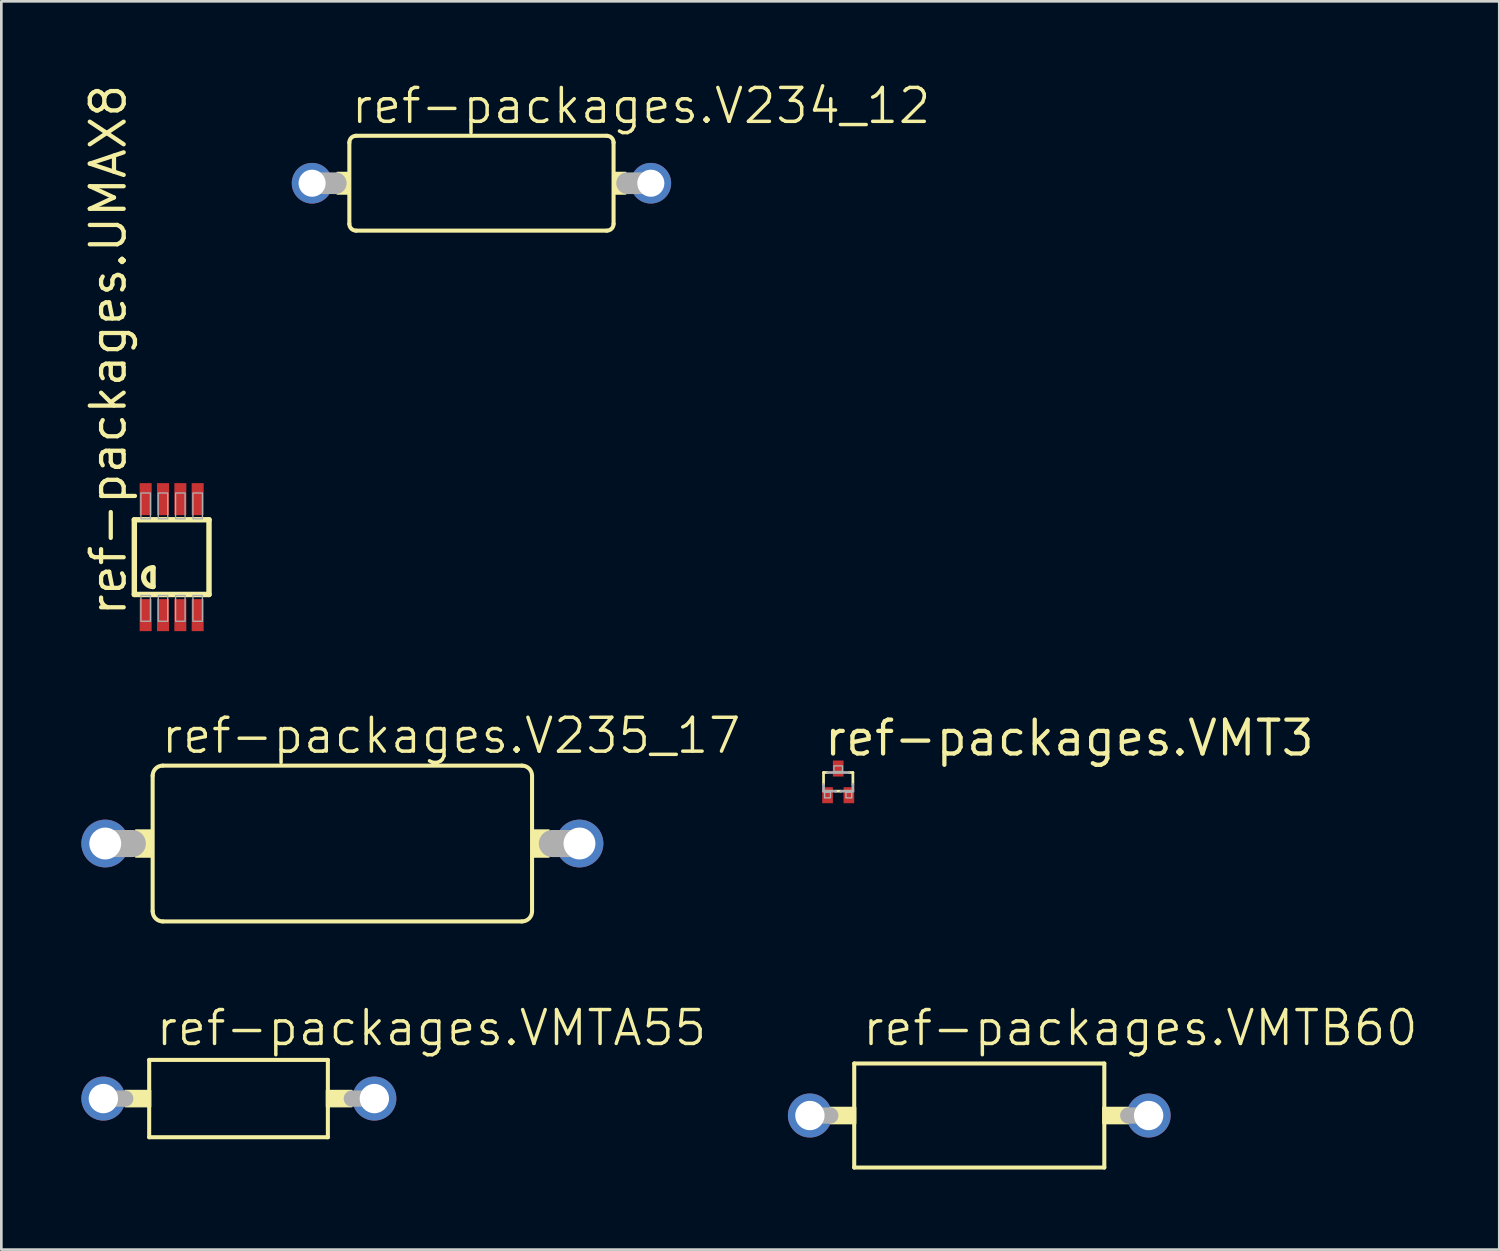
<source format=kicad_pcb>
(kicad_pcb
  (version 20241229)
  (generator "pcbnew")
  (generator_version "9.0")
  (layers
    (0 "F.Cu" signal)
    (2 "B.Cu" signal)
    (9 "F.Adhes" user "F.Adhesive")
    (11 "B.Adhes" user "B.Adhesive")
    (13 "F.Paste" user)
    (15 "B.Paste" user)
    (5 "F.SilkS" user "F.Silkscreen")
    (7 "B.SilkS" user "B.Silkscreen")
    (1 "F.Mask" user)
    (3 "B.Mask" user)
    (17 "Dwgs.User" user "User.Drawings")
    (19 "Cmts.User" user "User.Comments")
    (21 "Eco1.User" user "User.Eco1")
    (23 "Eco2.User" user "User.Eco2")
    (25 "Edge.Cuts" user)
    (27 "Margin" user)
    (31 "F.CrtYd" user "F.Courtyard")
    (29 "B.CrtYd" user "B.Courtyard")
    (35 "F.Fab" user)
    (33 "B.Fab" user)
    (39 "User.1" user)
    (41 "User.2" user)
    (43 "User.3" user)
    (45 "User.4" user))
  (footprint "ref-packages.VMTB60"
    (layer "F.Cu")
    (at 33.663 38.771)
    (property "Reference" "ref-packages.VMTB60" (at -4.445 -2.54 0) (layer "F.SilkS") (effects (font (size 1.27 1.27) (thickness 0.13)) (justify left bottom)))
    (attr through_hole)
    (fp_line (start -4.688 -1.95) (end -4.688 1.95) (stroke (width 0.152) (type default)) (layer "F.SilkS"))
    (fp_line (start -4.688 1.95) (end 4.688 1.95) (stroke (width 0.152) (type default)) (layer "F.SilkS"))
    (fp_line (start 4.688 -1.95) (end -4.688 -1.95) (stroke (width 0.152) (type default)) (layer "F.SilkS"))
    (fp_line (start 4.688 1.95) (end 4.688 -1.95) (stroke (width 0.152) (type default)) (layer "F.SilkS"))
    (fp_rect (start -5.585 0.305) (end -4.633 -0.305) (stroke (width 0.05) (type default)) (fill yes) (layer "F.SilkS"))
    (fp_rect (start 4.633 0.305) (end 5.585 -0.305) (stroke (width 0.05) (type default)) (fill yes) (layer "F.SilkS"))
    (fp_line (start -6.35 0) (end -5.585 0) (stroke (width 0.61) (type default)) (layer "F.Fab"))
    (fp_line (start 5.585 0) (end 6.35 0) (stroke (width 0.61) (type default)) (layer "F.Fab"))
    (pad "1" thru_hole circle (at -6.35 0) (size 1.65 1.65) (drill 1.1) (layers "*.Cu" "*.Mask"))
    (pad "2" thru_hole circle (at 6.35 0) (size 1.65 1.65) (drill 1.1) (layers "*.Cu" "*.Mask")))
  (footprint "ref-packages.VMT3"
    (layer "F.Cu")
    (at 28.375 26.262)
    (property "Reference" "ref-packages.VMT3" (at -0.6 -0.9 0) (layer "F.SilkS") (effects (font (size 1.27 1.27) (thickness 0.16)) (justify left bottom)))
    (attr smd)
    (fp_line (start -0.55 -0.35) (end -0.4 -0.35) (stroke (width 0.102) (type default)) (layer "F.SilkS"))
    (fp_line (start -0.55 0.1) (end -0.55 -0.35) (stroke (width 0.102) (type default)) (layer "F.SilkS"))
    (fp_line (start 0.1 0.35) (end -0.1 0.35) (stroke (width 0.102) (type default)) (layer "F.SilkS"))
    (fp_line (start 0.4 -0.35) (end 0.55 -0.35) (stroke (width 0.102) (type default)) (layer "F.SilkS"))
    (fp_line (start 0.55 -0.35) (end 0.55 0.1) (stroke (width 0.102) (type default)) (layer "F.SilkS"))
    (fp_line (start -0.55 0.1) (end -0.55 0.35) (stroke (width 0.102) (type default)) (layer "F.Fab"))
    (fp_line (start -0.4 -0.35) (end 0.4 -0.35) (stroke (width 0.102) (type default)) (layer "F.Fab"))
    (fp_line (start -0.1 0.35) (end -0.55 0.35) (stroke (width 0.102) (type default)) (layer "F.Fab"))
    (fp_line (start 0.55 0.1) (end 0.55 0.35) (stroke (width 0.102) (type default)) (layer "F.Fab"))
    (fp_line (start 0.55 0.35) (end 0.1 0.35) (stroke (width 0.102) (type default)) (layer "F.Fab"))
    (fp_rect (start -0.51 0.6) (end -0.29 0.39) (stroke (width 0.05) (type default)) (fill no) (layer "F.Fab"))
    (fp_rect (start -0.16 -0.39) (end 0.16 -0.6) (stroke (width 0.05) (type default)) (fill no) (layer "F.Fab"))
    (fp_rect (start 0.29 0.6) (end 0.51 0.39) (stroke (width 0.05) (type default)) (fill no) (layer "F.Fab"))
    (pad "B" smd roundrect (at -0.4 0.5) (size 0.4 0.6) (layers "F.Cu" "F.Mask" "F.Paste") (roundrect_rratio 0.01))
    (pad "C" smd roundrect (at 0 -0.5) (size 0.4 0.6) (layers "F.Cu" "F.Mask" "F.Paste") (roundrect_rratio 0.01))
    (pad "E" smd roundrect (at 0.4 0.5) (size 0.4 0.6) (layers "F.Cu" "F.Mask" "F.Paste") (roundrect_rratio 0.01)))
  (footprint "ref-packages.V234_12"
    (layer "F.Cu")
    (at 15 3.819)
    (property "Reference" "ref-packages.V234_12" (at -4.953 -2.159 0) (layer "F.SilkS") (effects (font (size 1.27 1.27) (thickness 0.13)) (justify left bottom)))
    (attr through_hole)
    (fp_line (start -4.953 -1.524) (end -4.953 1.524) (stroke (width 0.152) (type default)) (layer "F.SilkS"))
    (fp_line (start -4.699 -1.778) (end 4.699 -1.778) (stroke (width 0.152) (type default)) (layer "F.SilkS"))
    (fp_line (start 4.699 1.778) (end -4.699 1.778) (stroke (width 0.152) (type default)) (layer "F.SilkS"))
    (fp_line (start 4.953 -1.524) (end 4.953 1.524) (stroke (width 0.152) (type default)) (layer "F.SilkS"))
    (fp_rect (start -5.41 0.406) (end -4.953 -0.406) (stroke (width 0.05) (type default)) (fill yes) (layer "F.SilkS"))
    (fp_rect (start 4.953 0.406) (end 5.41 -0.406) (stroke (width 0.05) (type default)) (fill yes) (layer "F.SilkS"))
    (fp_arc (start -4.953 -1.524) (mid -4.878605 -1.703605) (end -4.699 -1.778) (stroke (width 0.1524) (type default)) (layer "F.SilkS"))
    (fp_arc (start -4.699 1.778) (mid -4.878605 1.703605) (end -4.953 1.524) (stroke (width 0.1524) (type default)) (layer "F.SilkS"))
    (fp_arc (start 4.699 -1.778) (mid 4.878605 -1.703605) (end 4.953 -1.524) (stroke (width 0.1524) (type default)) (layer "F.SilkS"))
    (fp_arc (start 4.953 1.524) (mid 4.878605 1.703605) (end 4.699 1.778) (stroke (width 0.1524) (type default)) (layer "F.SilkS"))
    (fp_line (start -6.35 0) (end -5.461 0) (stroke (width 0.813) (type default)) (layer "F.Fab"))
    (fp_line (start 6.35 0) (end 5.461 0) (stroke (width 0.813) (type default)) (layer "F.Fab"))
    (pad "1" thru_hole circle (at -6.35 0) (size 1.524 1.524) (drill 1.016) (layers "*.Cu" "*.Mask"))
    (pad "2" thru_hole circle (at 6.35 0) (size 1.524 1.524) (drill 1.016) (layers "*.Cu" "*.Mask")))
  (footprint "ref-packages.V235_17"
    (layer "F.Cu")
    (at 9.785 28.574)
    (property "Reference" "ref-packages.V235_17" (at -6.858 -3.302 0) (layer "F.SilkS") (effects (font (size 1.27 1.27) (thickness 0.13)) (justify left bottom)))
    (attr through_hole)
    (fp_line (start -7.112 -2.54) (end -7.112 2.54) (stroke (width 0.152) (type default)) (layer "F.SilkS"))
    (fp_line (start -6.731 -2.921) (end 6.731 -2.921) (stroke (width 0.152) (type default)) (layer "F.SilkS"))
    (fp_line (start 6.731 2.921) (end -6.731 2.921) (stroke (width 0.152) (type default)) (layer "F.SilkS"))
    (fp_line (start 7.112 -2.54) (end 7.112 2.54) (stroke (width 0.152) (type default)) (layer "F.SilkS"))
    (fp_rect (start -7.747 0.508) (end -7.112 -0.508) (stroke (width 0.05) (type default)) (fill yes) (layer "F.SilkS"))
    (fp_rect (start 7.112 0.508) (end 7.747 -0.508) (stroke (width 0.05) (type default)) (fill yes) (layer "F.SilkS"))
    (fp_arc (start -7.112 -2.54) (mid -7.000408 -2.809408) (end -6.731 -2.921) (stroke (width 0.1524) (type default)) (layer "F.SilkS"))
    (fp_arc (start -6.731 2.921) (mid -7.000408 2.809408) (end -7.112 2.54) (stroke (width 0.1524) (type default)) (layer "F.SilkS"))
    (fp_arc (start 6.731 -2.921) (mid 7.000408 -2.809408) (end 7.112 -2.54) (stroke (width 0.1524) (type default)) (layer "F.SilkS"))
    (fp_arc (start 7.112 2.54) (mid 7.000408 2.809408) (end 6.731 2.921) (stroke (width 0.1524) (type default)) (layer "F.SilkS"))
    (fp_line (start -7.874 0) (end -8.89 0) (stroke (width 1.016) (type default)) (layer "F.Fab"))
    (fp_line (start 8.89 0) (end 7.874 0) (stroke (width 1.016) (type default)) (layer "F.Fab"))
    (pad "1" thru_hole circle (at -8.89 0) (size 1.791 1.791) (drill 1.194) (layers "*.Cu" "*.Mask"))
    (pad "2" thru_hole circle (at 8.89 0) (size 1.791 1.791) (drill 1.194) (layers "*.Cu" "*.Mask")))
  (footprint "ref-packages.UMAX8"
    (layer "F.Cu")
    (at 3.386 17.837)
    (property "Reference" "ref-packages.UMAX8" (at -1.636 2.286 90) (layer "F.SilkS") (effects (font (size 1.27 1.27) (thickness 0.16)) (justify left bottom)))
    (attr smd)
    (fp_line (start -1.4 -1.4) (end 1.4 -1.4) (stroke (width 0.203) (type default)) (layer "F.SilkS"))
    (fp_line (start -1.4 1.4) (end -1.4 -1.4) (stroke (width 0.203) (type default)) (layer "F.SilkS"))
    (fp_line (start -0.7 0.4) (end -0.7 1.1) (stroke (width 0.203) (type default)) (layer "F.SilkS"))
    (fp_line (start 1.4 -1.4) (end 1.4 1.4) (stroke (width 0.203) (type default)) (layer "F.SilkS"))
    (fp_line (start 1.4 1.4) (end -1.4 1.4) (stroke (width 0.203) (type default)) (layer "F.SilkS"))
    (fp_arc (start -0.7 1.1) (mid -1.05 0.75) (end -0.7 0.4) (stroke (width 0.2032) (type default)) (layer "F.SilkS"))
    (fp_rect (start -1.153 -1.438) (end -0.797 -2.404) (stroke (width 0.05) (type default)) (fill no) (layer "F.Fab"))
    (fp_rect (start -1.153 2.404) (end -0.797 1.438) (stroke (width 0.05) (type default)) (fill no) (layer "F.Fab"))
    (fp_rect (start -0.503 -1.438) (end -0.147 -2.404) (stroke (width 0.05) (type default)) (fill no) (layer "F.Fab"))
    (fp_rect (start -0.503 2.404) (end -0.147 1.438) (stroke (width 0.05) (type default)) (fill no) (layer "F.Fab"))
    (fp_rect (start 0.147 -1.438) (end 0.503 -2.404) (stroke (width 0.05) (type default)) (fill no) (layer "F.Fab"))
    (fp_rect (start 0.147 2.404) (end 0.503 1.438) (stroke (width 0.05) (type default)) (fill no) (layer "F.Fab"))
    (fp_rect (start 0.797 -1.438) (end 1.153 -2.404) (stroke (width 0.05) (type default)) (fill no) (layer "F.Fab"))
    (fp_rect (start 0.797 2.404) (end 1.153 1.438) (stroke (width 0.05) (type default)) (fill no) (layer "F.Fab"))
    (pad "1" smd roundrect (at -0.975 2.175) (size 0.45 1.2) (layers "F.Cu" "F.Mask" "F.Paste") (roundrect_rratio 0.01))
    (pad "2" smd roundrect (at -0.325 2.175) (size 0.45 1.2) (layers "F.Cu" "F.Mask" "F.Paste") (roundrect_rratio 0.01))
    (pad "3" smd roundrect (at 0.325 2.175) (size 0.45 1.2) (layers "F.Cu" "F.Mask" "F.Paste") (roundrect_rratio 0.01))
    (pad "4" smd roundrect (at 0.975 2.175) (size 0.45 1.2) (layers "F.Cu" "F.Mask" "F.Paste") (roundrect_rratio 0.01))
    (pad "5" smd roundrect (at 0.975 -2.175) (size 0.45 1.2) (layers "F.Cu" "F.Mask" "F.Paste") (roundrect_rratio 0.01))
    (pad "6" smd roundrect (at 0.325 -2.175) (size 0.45 1.2) (layers "F.Cu" "F.Mask" "F.Paste") (roundrect_rratio 0.01))
    (pad "7" smd roundrect (at -0.325 -2.175) (size 0.45 1.2) (layers "F.Cu" "F.Mask" "F.Paste") (roundrect_rratio 0.01))
    (pad "8" smd roundrect (at -0.975 -2.175) (size 0.45 1.2) (layers "F.Cu" "F.Mask" "F.Paste") (roundrect_rratio 0.01)))
  (footprint "ref-packages.VMTA55"
    (layer "F.Cu")
    (at 5.905 38.136)
    (property "Reference" "ref-packages.VMTA55" (at -3.175 -1.905 0) (layer "F.SilkS") (effects (font (size 1.27 1.27) (thickness 0.13)) (justify left bottom)))
    (attr through_hole)
    (fp_line (start -3.362 -1.45) (end -3.362 1.45) (stroke (width 0.152) (type default)) (layer "F.SilkS"))
    (fp_line (start -3.362 1.45) (end 3.337 1.45) (stroke (width 0.152) (type default)) (layer "F.SilkS"))
    (fp_line (start 3.337 -1.45) (end -3.362 -1.45) (stroke (width 0.152) (type default)) (layer "F.SilkS"))
    (fp_line (start 3.337 1.45) (end 3.337 -1.45) (stroke (width 0.152) (type default)) (layer "F.SilkS"))
    (fp_rect (start -4.26 0.305) (end -3.308 -0.305) (stroke (width 0.05) (type default)) (fill yes) (layer "F.SilkS"))
    (fp_rect (start 3.283 0.305) (end 4.235 -0.305) (stroke (width 0.05) (type default)) (fill yes) (layer "F.SilkS"))
    (fp_line (start -5.08 0) (end -4.26 0) (stroke (width 0.61) (type default)) (layer "F.Fab"))
    (fp_line (start 4.235 0) (end 5.08 0) (stroke (width 0.61) (type default)) (layer "F.Fab"))
    (pad "1" thru_hole circle (at -5.08 0) (size 1.65 1.65) (drill 1.1) (layers "*.Cu" "*.Mask"))
    (pad "2" thru_hole circle (at 5.08 0) (size 1.65 1.65) (drill 1.1) (layers "*.Cu" "*.Mask")))
  (gr_rect
    (start -3 -3)
    (end 53.158 43.797)
    (stroke (width 0.1) (type default))
    (fill no)
    (layer "Edge.Cuts")))
</source>
